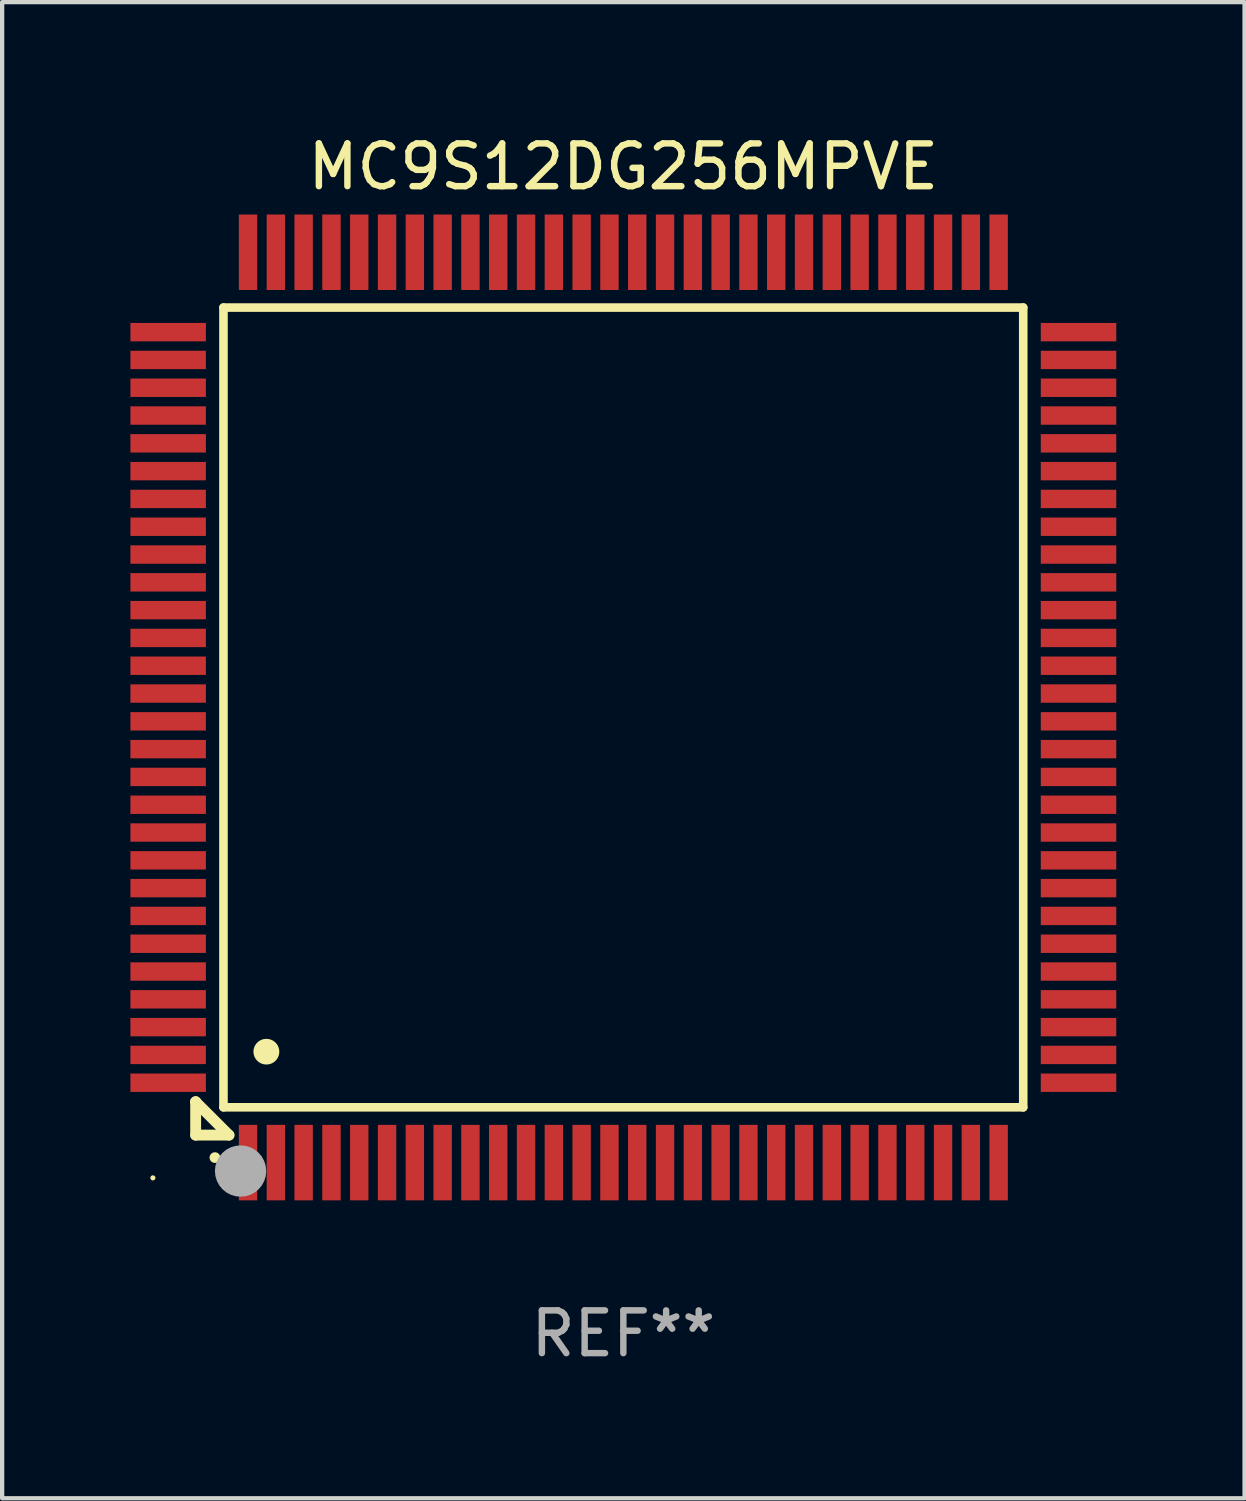
<source format=kicad_pcb>
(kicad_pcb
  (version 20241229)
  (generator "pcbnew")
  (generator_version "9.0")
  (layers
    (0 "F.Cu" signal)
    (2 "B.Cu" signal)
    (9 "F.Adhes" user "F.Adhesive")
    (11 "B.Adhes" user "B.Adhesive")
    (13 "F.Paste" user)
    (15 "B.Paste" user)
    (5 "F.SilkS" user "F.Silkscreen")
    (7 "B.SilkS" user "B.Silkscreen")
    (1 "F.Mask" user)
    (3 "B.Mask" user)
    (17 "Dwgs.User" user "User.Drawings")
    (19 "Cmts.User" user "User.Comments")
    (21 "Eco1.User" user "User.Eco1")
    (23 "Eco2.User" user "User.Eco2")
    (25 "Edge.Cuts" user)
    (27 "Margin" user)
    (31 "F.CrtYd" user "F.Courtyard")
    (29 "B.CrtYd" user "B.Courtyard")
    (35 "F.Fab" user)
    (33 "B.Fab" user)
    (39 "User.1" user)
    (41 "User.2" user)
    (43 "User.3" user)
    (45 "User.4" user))
  (footprint "MC9S12DG256MPVE"
    (layer "F.Cu")
    (at 11.525 13.491)
    (property "Reference" "MC9S12DG256MPVE" (at 0 -12.643 0) (layer "F.SilkS") (effects (font (size 1 1) (thickness 0.15))))
    (attr through_hole)
    (fp_line (start -10 9.221) (end -10 9.221) (stroke (width 0.254) (type solid)) (layer "F.SilkS"))
    (fp_line (start -10 9.221) (end -10 10) (stroke (width 0.254) (type solid)) (layer "F.SilkS"))
    (fp_line (start -10 9.221) (end -9.221 10) (stroke (width 0.254) (type solid)) (layer "F.SilkS"))
    (fp_line (start -10 10) (end -9.221 10) (stroke (width 0.254) (type solid)) (layer "F.SilkS"))
    (fp_line (start -9.35 -9.35) (end -9.35 9.35) (stroke (width 0.201) (type solid)) (layer "F.SilkS"))
    (fp_line (start -9.35 9.35) (end 9.35 9.35) (stroke (width 0.201) (type solid)) (layer "F.SilkS"))
    (fp_line (start 9.35 -9.35) (end -9.35 -9.35) (stroke (width 0.201) (type solid)) (layer "F.SilkS"))
    (fp_line (start 9.35 9.35) (end 9.35 -9.35) (stroke (width 0.201) (type solid)) (layer "F.SilkS"))
    (fp_arc (start -9.550546 10.525832) (mid -9.549276 10.525826) (end -9.548006 10.525832) (stroke (width 0.24892) (type solid)) (layer "F.SilkS"))
    (fp_arc (start -8.349124 8.049327) (mid -8.346584 8.049316) (end -8.344044 8.049327) (stroke (width 0.599441) (type solid)) (layer "F.SilkS"))
    (fp_circle (center -11 11) (end -10.97 11) (stroke (width 0.06) (type solid)) (fill no) (layer "F.SilkS"))
    (fp_circle (center -8.95 10.84) (end -8.65 10.84) (stroke (width 0.6) (type solid)) (fill no) (layer "F.Fab"))
    (fp_text user "REF**" (at 0 14.643 0) (layer "F.Fab") (effects (font (size 1 1) (thickness 0.15))))
    (pad "1" smd rect (at -8.775 10.643) (size 0.43 1.765) (layers "F.Cu" "F.Mask" "F.Paste"))
    (pad "2" smd rect (at -8.125 10.643) (size 0.43 1.765) (layers "F.Cu" "F.Mask" "F.Paste"))
    (pad "3" smd rect (at -7.475 10.643) (size 0.43 1.765) (layers "F.Cu" "F.Mask" "F.Paste"))
    (pad "4" smd rect (at -6.825 10.643) (size 0.43 1.765) (layers "F.Cu" "F.Mask" "F.Paste"))
    (pad "5" smd rect (at -6.175 10.643) (size 0.43 1.765) (layers "F.Cu" "F.Mask" "F.Paste"))
    (pad "6" smd rect (at -5.525 10.643) (size 0.43 1.765) (layers "F.Cu" "F.Mask" "F.Paste"))
    (pad "7" smd rect (at -4.875 10.643) (size 0.43 1.765) (layers "F.Cu" "F.Mask" "F.Paste"))
    (pad "8" smd rect (at -4.225 10.643) (size 0.43 1.765) (layers "F.Cu" "F.Mask" "F.Paste"))
    (pad "9" smd rect (at -3.575 10.643) (size 0.43 1.765) (layers "F.Cu" "F.Mask" "F.Paste"))
    (pad "10" smd rect (at -2.925 10.643) (size 0.43 1.765) (layers "F.Cu" "F.Mask" "F.Paste"))
    (pad "11" smd rect (at -2.275 10.643) (size 0.43 1.765) (layers "F.Cu" "F.Mask" "F.Paste"))
    (pad "12" smd rect (at -1.625 10.643) (size 0.43 1.765) (layers "F.Cu" "F.Mask" "F.Paste"))
    (pad "13" smd rect (at -0.975 10.643) (size 0.43 1.765) (layers "F.Cu" "F.Mask" "F.Paste"))
    (pad "14" smd rect (at -0.325 10.643) (size 0.43 1.765) (layers "F.Cu" "F.Mask" "F.Paste"))
    (pad "15" smd rect (at 0.325 10.643) (size 0.43 1.765) (layers "F.Cu" "F.Mask" "F.Paste"))
    (pad "16" smd rect (at 0.975 10.643) (size 0.43 1.765) (layers "F.Cu" "F.Mask" "F.Paste"))
    (pad "17" smd rect (at 1.625 10.643) (size 0.43 1.765) (layers "F.Cu" "F.Mask" "F.Paste"))
    (pad "18" smd rect (at 2.275 10.643) (size 0.43 1.765) (layers "F.Cu" "F.Mask" "F.Paste"))
    (pad "19" smd rect (at 2.925 10.643) (size 0.43 1.765) (layers "F.Cu" "F.Mask" "F.Paste"))
    (pad "20" smd rect (at 3.575 10.643) (size 0.43 1.765) (layers "F.Cu" "F.Mask" "F.Paste"))
    (pad "21" smd rect (at 4.225 10.643) (size 0.43 1.765) (layers "F.Cu" "F.Mask" "F.Paste"))
    (pad "22" smd rect (at 4.875 10.643) (size 0.43 1.765) (layers "F.Cu" "F.Mask" "F.Paste"))
    (pad "23" smd rect (at 5.525 10.643) (size 0.43 1.765) (layers "F.Cu" "F.Mask" "F.Paste"))
    (pad "24" smd rect (at 6.175 10.643) (size 0.43 1.765) (layers "F.Cu" "F.Mask" "F.Paste"))
    (pad "25" smd rect (at 6.825 10.643) (size 0.43 1.765) (layers "F.Cu" "F.Mask" "F.Paste"))
    (pad "26" smd rect (at 7.475 10.643) (size 0.43 1.765) (layers "F.Cu" "F.Mask" "F.Paste"))
    (pad "27" smd rect (at 8.125 10.643) (size 0.43 1.765) (layers "F.Cu" "F.Mask" "F.Paste"))
    (pad "28" smd rect (at 8.775 10.643) (size 0.43 1.765) (layers "F.Cu" "F.Mask" "F.Paste"))
    (pad "29" smd rect (at 10.643 8.775) (size 1.765 0.43) (layers "F.Cu" "F.Mask" "F.Paste"))
    (pad "30" smd rect (at 10.643 8.125) (size 1.765 0.43) (layers "F.Cu" "F.Mask" "F.Paste"))
    (pad "31" smd rect (at 10.643 7.475) (size 1.765 0.43) (layers "F.Cu" "F.Mask" "F.Paste"))
    (pad "32" smd rect (at 10.643 6.825) (size 1.765 0.43) (layers "F.Cu" "F.Mask" "F.Paste"))
    (pad "33" smd rect (at 10.643 6.175) (size 1.765 0.43) (layers "F.Cu" "F.Mask" "F.Paste"))
    (pad "34" smd rect (at 10.643 5.525) (size 1.765 0.43) (layers "F.Cu" "F.Mask" "F.Paste"))
    (pad "35" smd rect (at 10.643 4.875) (size 1.765 0.43) (layers "F.Cu" "F.Mask" "F.Paste"))
    (pad "36" smd rect (at 10.643 4.225) (size 1.765 0.43) (layers "F.Cu" "F.Mask" "F.Paste"))
    (pad "37" smd rect (at 10.643 3.575) (size 1.765 0.43) (layers "F.Cu" "F.Mask" "F.Paste"))
    (pad "38" smd rect (at 10.643 2.925) (size 1.765 0.43) (layers "F.Cu" "F.Mask" "F.Paste"))
    (pad "39" smd rect (at 10.643 2.275) (size 1.765 0.43) (layers "F.Cu" "F.Mask" "F.Paste"))
    (pad "40" smd rect (at 10.643 1.625) (size 1.765 0.43) (layers "F.Cu" "F.Mask" "F.Paste"))
    (pad "41" smd rect (at 10.643 0.975) (size 1.765 0.43) (layers "F.Cu" "F.Mask" "F.Paste"))
    (pad "42" smd rect (at 10.643 0.325) (size 1.765 0.43) (layers "F.Cu" "F.Mask" "F.Paste"))
    (pad "43" smd rect (at 10.643 -0.325) (size 1.765 0.43) (layers "F.Cu" "F.Mask" "F.Paste"))
    (pad "44" smd rect (at 10.643 -0.975) (size 1.765 0.43) (layers "F.Cu" "F.Mask" "F.Paste"))
    (pad "45" smd rect (at 10.643 -1.625) (size 1.765 0.43) (layers "F.Cu" "F.Mask" "F.Paste"))
    (pad "46" smd rect (at 10.643 -2.275) (size 1.765 0.43) (layers "F.Cu" "F.Mask" "F.Paste"))
    (pad "47" smd rect (at 10.643 -2.925) (size 1.765 0.43) (layers "F.Cu" "F.Mask" "F.Paste"))
    (pad "48" smd rect (at 10.643 -3.575) (size 1.765 0.43) (layers "F.Cu" "F.Mask" "F.Paste"))
    (pad "49" smd rect (at 10.643 -4.225) (size 1.765 0.43) (layers "F.Cu" "F.Mask" "F.Paste"))
    (pad "50" smd rect (at 10.643 -4.875) (size 1.765 0.43) (layers "F.Cu" "F.Mask" "F.Paste"))
    (pad "51" smd rect (at 10.643 -5.525) (size 1.765 0.43) (layers "F.Cu" "F.Mask" "F.Paste"))
    (pad "52" smd rect (at 10.643 -6.175) (size 1.765 0.43) (layers "F.Cu" "F.Mask" "F.Paste"))
    (pad "53" smd rect (at 10.643 -6.825) (size 1.765 0.43) (layers "F.Cu" "F.Mask" "F.Paste"))
    (pad "54" smd rect (at 10.643 -7.475) (size 1.765 0.43) (layers "F.Cu" "F.Mask" "F.Paste"))
    (pad "55" smd rect (at 10.643 -8.125) (size 1.765 0.43) (layers "F.Cu" "F.Mask" "F.Paste"))
    (pad "56" smd rect (at 10.643 -8.775) (size 1.765 0.43) (layers "F.Cu" "F.Mask" "F.Paste"))
    (pad "57" smd rect (at 8.775 -10.643) (size 0.43 1.765) (layers "F.Cu" "F.Mask" "F.Paste"))
    (pad "58" smd rect (at 8.125 -10.643) (size 0.43 1.765) (layers "F.Cu" "F.Mask" "F.Paste"))
    (pad "59" smd rect (at 7.475 -10.643) (size 0.43 1.765) (layers "F.Cu" "F.Mask" "F.Paste"))
    (pad "60" smd rect (at 6.825 -10.643) (size 0.43 1.765) (layers "F.Cu" "F.Mask" "F.Paste"))
    (pad "61" smd rect (at 6.175 -10.643) (size 0.43 1.765) (layers "F.Cu" "F.Mask" "F.Paste"))
    (pad "62" smd rect (at 5.525 -10.643) (size 0.43 1.765) (layers "F.Cu" "F.Mask" "F.Paste"))
    (pad "63" smd rect (at 4.875 -10.643) (size 0.43 1.765) (layers "F.Cu" "F.Mask" "F.Paste"))
    (pad "64" smd rect (at 4.225 -10.643) (size 0.43 1.765) (layers "F.Cu" "F.Mask" "F.Paste"))
    (pad "65" smd rect (at 3.575 -10.643) (size 0.43 1.765) (layers "F.Cu" "F.Mask" "F.Paste"))
    (pad "66" smd rect (at 2.925 -10.643) (size 0.43 1.765) (layers "F.Cu" "F.Mask" "F.Paste"))
    (pad "67" smd rect (at 2.275 -10.643) (size 0.43 1.765) (layers "F.Cu" "F.Mask" "F.Paste"))
    (pad "68" smd rect (at 1.625 -10.643) (size 0.43 1.765) (layers "F.Cu" "F.Mask" "F.Paste"))
    (pad "69" smd rect (at 0.975 -10.643) (size 0.43 1.765) (layers "F.Cu" "F.Mask" "F.Paste"))
    (pad "70" smd rect (at 0.325 -10.643) (size 0.43 1.765) (layers "F.Cu" "F.Mask" "F.Paste"))
    (pad "71" smd rect (at -0.325 -10.643) (size 0.43 1.765) (layers "F.Cu" "F.Mask" "F.Paste"))
    (pad "72" smd rect (at -0.975 -10.643) (size 0.43 1.765) (layers "F.Cu" "F.Mask" "F.Paste"))
    (pad "73" smd rect (at -1.625 -10.643) (size 0.43 1.765) (layers "F.Cu" "F.Mask" "F.Paste"))
    (pad "74" smd rect (at -2.275 -10.643) (size 0.43 1.765) (layers "F.Cu" "F.Mask" "F.Paste"))
    (pad "75" smd rect (at -2.925 -10.643) (size 0.43 1.765) (layers "F.Cu" "F.Mask" "F.Paste"))
    (pad "76" smd rect (at -3.575 -10.643) (size 0.43 1.765) (layers "F.Cu" "F.Mask" "F.Paste"))
    (pad "77" smd rect (at -4.225 -10.643) (size 0.43 1.765) (layers "F.Cu" "F.Mask" "F.Paste"))
    (pad "78" smd rect (at -4.875 -10.643) (size 0.43 1.765) (layers "F.Cu" "F.Mask" "F.Paste"))
    (pad "79" smd rect (at -5.525 -10.643) (size 0.43 1.765) (layers "F.Cu" "F.Mask" "F.Paste"))
    (pad "80" smd rect (at -6.175 -10.643) (size 0.43 1.765) (layers "F.Cu" "F.Mask" "F.Paste"))
    (pad "81" smd rect (at -6.825 -10.643) (size 0.43 1.765) (layers "F.Cu" "F.Mask" "F.Paste"))
    (pad "82" smd rect (at -7.475 -10.643) (size 0.43 1.765) (layers "F.Cu" "F.Mask" "F.Paste"))
    (pad "83" smd rect (at -8.125 -10.643) (size 0.43 1.765) (layers "F.Cu" "F.Mask" "F.Paste"))
    (pad "84" smd rect (at -8.775 -10.643) (size 0.43 1.765) (layers "F.Cu" "F.Mask" "F.Paste"))
    (pad "85" smd rect (at -10.643 -8.775) (size 1.765 0.43) (layers "F.Cu" "F.Mask" "F.Paste"))
    (pad "86" smd rect (at -10.643 -8.125) (size 1.765 0.43) (layers "F.Cu" "F.Mask" "F.Paste"))
    (pad "87" smd rect (at -10.643 -7.475) (size 1.765 0.43) (layers "F.Cu" "F.Mask" "F.Paste"))
    (pad "88" smd rect (at -10.643 -6.825) (size 1.765 0.43) (layers "F.Cu" "F.Mask" "F.Paste"))
    (pad "89" smd rect (at -10.643 -6.175) (size 1.765 0.43) (layers "F.Cu" "F.Mask" "F.Paste"))
    (pad "90" smd rect (at -10.643 -5.525) (size 1.765 0.43) (layers "F.Cu" "F.Mask" "F.Paste"))
    (pad "91" smd rect (at -10.643 -4.875) (size 1.765 0.43) (layers "F.Cu" "F.Mask" "F.Paste"))
    (pad "92" smd rect (at -10.643 -4.225) (size 1.765 0.43) (layers "F.Cu" "F.Mask" "F.Paste"))
    (pad "93" smd rect (at -10.643 -3.575) (size 1.765 0.43) (layers "F.Cu" "F.Mask" "F.Paste"))
    (pad "94" smd rect (at -10.643 -2.925) (size 1.765 0.43) (layers "F.Cu" "F.Mask" "F.Paste"))
    (pad "95" smd rect (at -10.643 -2.275) (size 1.765 0.43) (layers "F.Cu" "F.Mask" "F.Paste"))
    (pad "96" smd rect (at -10.643 -1.625) (size 1.765 0.43) (layers "F.Cu" "F.Mask" "F.Paste"))
    (pad "97" smd rect (at -10.643 -0.975) (size 1.765 0.43) (layers "F.Cu" "F.Mask" "F.Paste"))
    (pad "98" smd rect (at -10.643 -0.325) (size 1.765 0.43) (layers "F.Cu" "F.Mask" "F.Paste"))
    (pad "99" smd rect (at -10.643 0.325) (size 1.765 0.43) (layers "F.Cu" "F.Mask" "F.Paste"))
    (pad "100" smd rect (at -10.643 0.975) (size 1.765 0.43) (layers "F.Cu" "F.Mask" "F.Paste"))
    (pad "101" smd rect (at -10.643 1.625) (size 1.765 0.43) (layers "F.Cu" "F.Mask" "F.Paste"))
    (pad "102" smd rect (at -10.643 2.275) (size 1.765 0.43) (layers "F.Cu" "F.Mask" "F.Paste"))
    (pad "103" smd rect (at -10.643 2.925) (size 1.765 0.43) (layers "F.Cu" "F.Mask" "F.Paste"))
    (pad "104" smd rect (at -10.643 3.575) (size 1.765 0.43) (layers "F.Cu" "F.Mask" "F.Paste"))
    (pad "105" smd rect (at -10.643 4.225) (size 1.765 0.43) (layers "F.Cu" "F.Mask" "F.Paste"))
    (pad "106" smd rect (at -10.643 4.875) (size 1.765 0.43) (layers "F.Cu" "F.Mask" "F.Paste"))
    (pad "107" smd rect (at -10.643 5.525) (size 1.765 0.43) (layers "F.Cu" "F.Mask" "F.Paste"))
    (pad "108" smd rect (at -10.643 6.175) (size 1.765 0.43) (layers "F.Cu" "F.Mask" "F.Paste"))
    (pad "109" smd rect (at -10.643 6.825) (size 1.765 0.43) (layers "F.Cu" "F.Mask" "F.Paste"))
    (pad "110" smd rect (at -10.643 7.475) (size 1.765 0.43) (layers "F.Cu" "F.Mask" "F.Paste"))
    (pad "111" smd rect (at -10.643 8.125) (size 1.765 0.43) (layers "F.Cu" "F.Mask" "F.Paste"))
    (pad "112" smd rect (at -10.643 8.775) (size 1.765 0.43) (layers "F.Cu" "F.Mask" "F.Paste")))
  (gr_rect
    (start -3 -3)
    (end 26.05 31.982)
    (stroke (width 0.1) (type default))
    (fill no)
    (layer "Edge.Cuts")))
</source>
